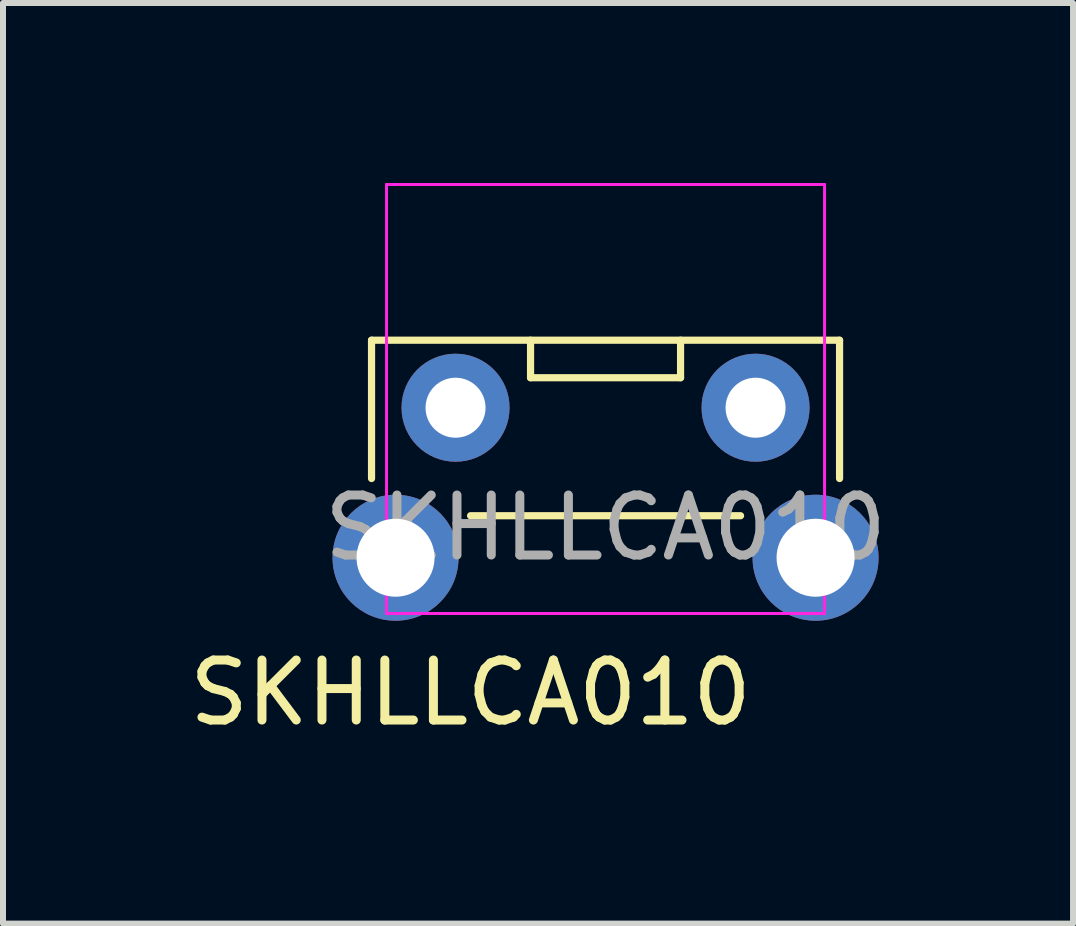
<source format=kicad_pcb>
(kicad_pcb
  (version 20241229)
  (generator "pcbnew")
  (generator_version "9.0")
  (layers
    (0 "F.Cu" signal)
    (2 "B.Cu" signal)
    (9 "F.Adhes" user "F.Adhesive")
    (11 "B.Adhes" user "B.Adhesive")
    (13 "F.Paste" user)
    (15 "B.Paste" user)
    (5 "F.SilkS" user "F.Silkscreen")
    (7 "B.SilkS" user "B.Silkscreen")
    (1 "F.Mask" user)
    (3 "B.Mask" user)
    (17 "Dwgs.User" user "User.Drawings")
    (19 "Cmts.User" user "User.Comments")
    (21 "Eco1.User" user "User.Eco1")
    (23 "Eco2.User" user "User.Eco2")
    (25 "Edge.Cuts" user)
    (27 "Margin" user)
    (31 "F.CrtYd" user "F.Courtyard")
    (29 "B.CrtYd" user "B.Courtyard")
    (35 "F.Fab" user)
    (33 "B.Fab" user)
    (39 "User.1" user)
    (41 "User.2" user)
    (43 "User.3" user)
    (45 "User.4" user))
  (footprint "SKHLLCA010"
    (layer "F.Cu")
    (at 7.042 4.995)
    (property "Reference" "SKHLLCA010" (at -2.25 3.5 0) (unlocked yes) (layer "F.SilkS") (effects (font (size 1 1) (thickness 0.15))))
    (attr through_hole)
    (fp_line (start -3.9 -2.375) (end 3.9 -2.375) (stroke (width 0.12) (type solid)) (layer "F.SilkS"))
    (fp_line (start -3.9 -0.07) (end -3.9 -2.375) (stroke (width 0.12) (type solid)) (layer "F.SilkS"))
    (fp_line (start -2.25 0.55) (end 2.25 0.55) (stroke (width 0.12) (type solid)) (layer "F.SilkS"))
    (fp_line (start -1.25 -2.375) (end -1.25 -1.75) (stroke (width 0.12) (type solid)) (layer "F.SilkS"))
    (fp_line (start 1.25 -2.375) (end 1.25 -1.75) (stroke (width 0.12) (type solid)) (layer "F.SilkS"))
    (fp_line (start 1.25 -1.75) (end -1.25 -1.75) (stroke (width 0.12) (type solid)) (layer "F.SilkS"))
    (fp_line (start 3.9 -0.07) (end 3.9 -2.375) (stroke (width 0.12) (type solid)) (layer "F.SilkS"))
    (fp_line (start -3.65 -4.97) (end -3.65 2.18) (stroke (width 0.05) (type solid)) (layer "F.CrtYd"))
    (fp_line (start -3.65 -4.97) (end 3.65 -4.97) (stroke (width 0.05) (type solid)) (layer "F.CrtYd"))
    (fp_line (start -3.65 2.18) (end 3.65 2.18) (stroke (width 0.05) (type solid)) (layer "F.CrtYd"))
    (fp_line (start 3.65 -4.97) (end 3.65 2.18) (stroke (width 0.05) (type solid)) (layer "F.CrtYd"))
    (fp_text user "${REFERENCE}" (at 0 0.75 0) (unlocked yes) (layer "F.Fab") (effects (font (size 1 1) (thickness 0.15))))
    (pad "1" thru_hole circle (at 2.5 -1.25) (size 1.8 1.8) (drill 1) (layers "*.Cu" "B.Mask"))
    (pad "2" thru_hole circle (at -2.5 -1.25) (size 1.8 1.8) (drill 1) (layers "*.Cu" "B.Mask"))
    (pad "MP" thru_hole circle (at -3.5 1.25) (size 2.1 2.1) (drill 1.3) (layers "*.Cu" "*.Mask"))
    (pad "MP" thru_hole circle (at 3.5 1.25) (size 2.1 2.1) (drill 1.3) (layers "*.Cu" "*.Mask")))
  (gr_rect
    (start -3 -3)
    (end 14.833 12.343)
    (stroke (width 0.1) (type default))
    (fill no)
    (layer "Edge.Cuts")))
</source>
